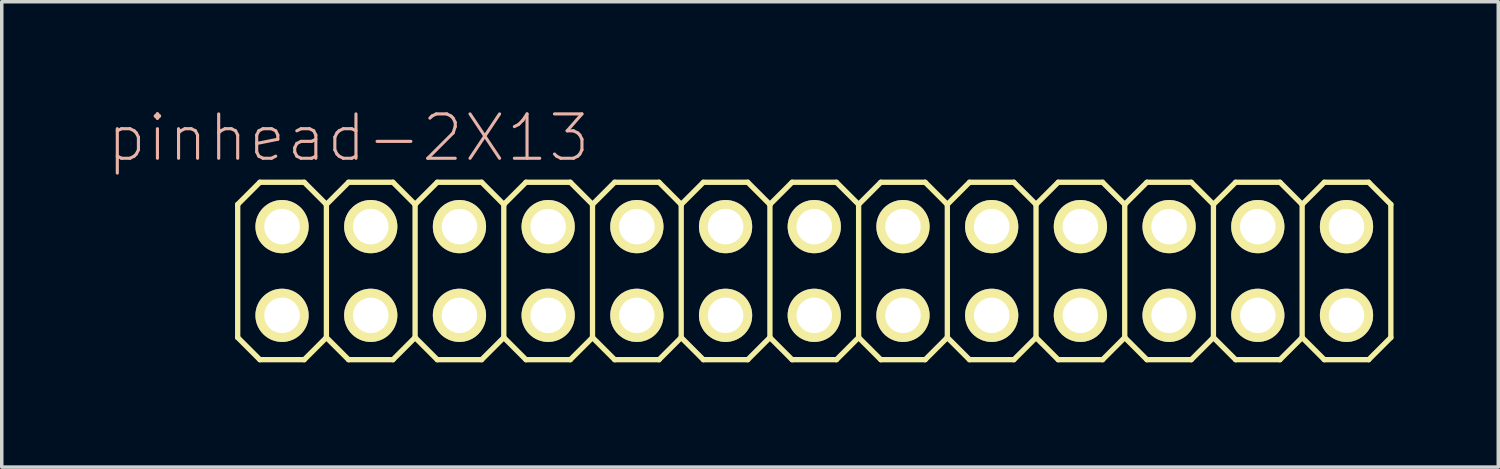
<source format=kicad_pcb>
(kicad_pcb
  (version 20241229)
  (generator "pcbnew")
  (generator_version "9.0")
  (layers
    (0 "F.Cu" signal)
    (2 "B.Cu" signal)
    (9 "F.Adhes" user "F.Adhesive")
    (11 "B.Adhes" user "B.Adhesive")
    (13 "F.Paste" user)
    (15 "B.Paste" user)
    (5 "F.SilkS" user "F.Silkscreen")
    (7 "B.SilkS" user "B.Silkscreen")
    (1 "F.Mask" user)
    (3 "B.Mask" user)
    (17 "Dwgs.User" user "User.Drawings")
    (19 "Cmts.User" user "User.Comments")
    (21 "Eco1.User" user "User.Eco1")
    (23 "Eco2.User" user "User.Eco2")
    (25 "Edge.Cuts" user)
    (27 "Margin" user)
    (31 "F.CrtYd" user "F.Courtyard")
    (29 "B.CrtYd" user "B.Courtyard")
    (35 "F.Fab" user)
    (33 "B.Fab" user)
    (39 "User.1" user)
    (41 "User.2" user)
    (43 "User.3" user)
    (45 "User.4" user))
  (footprint "pinhead-2X13"
    (layer "F.Cu")
    (at 20.266 4.709)
    (property "Reference" "pinhead-2X13" (at -13.335 -3.81 0) (layer "B.SilkS") (effects (font (size 1.27 1.27) (thickness 0.089))))
    (attr exclude_from_pos_files exclude_from_bom)
    (fp_line (start -16.51 -1.905) (end -15.875 -2.54) (stroke (width 0.152) (type solid)) (layer "F.SilkS"))
    (fp_line (start -16.51 1.905) (end -16.51 -1.905) (stroke (width 0.152) (type solid)) (layer "F.SilkS"))
    (fp_line (start -16.51 1.905) (end -15.875 2.54) (stroke (width 0.152) (type solid)) (layer "F.SilkS"))
    (fp_line (start -15.875 -2.54) (end -14.605 -2.54) (stroke (width 0.152) (type solid)) (layer "F.SilkS"))
    (fp_line (start -15.875 2.54) (end -14.605 2.54) (stroke (width 0.152) (type solid)) (layer "F.SilkS"))
    (fp_line (start -15.494 -1.524) (end -14.986 -1.524) (stroke (width 0.066) (type solid)) (layer "F.SilkS"))
    (fp_line (start -15.494 -1.016) (end -15.494 -1.524) (stroke (width 0.066) (type solid)) (layer "F.SilkS"))
    (fp_line (start -15.494 -1.016) (end -14.986 -1.016) (stroke (width 0.066) (type solid)) (layer "F.SilkS"))
    (fp_line (start -15.494 1.016) (end -14.986 1.016) (stroke (width 0.066) (type solid)) (layer "F.SilkS"))
    (fp_line (start -15.494 1.524) (end -15.494 1.016) (stroke (width 0.066) (type solid)) (layer "F.SilkS"))
    (fp_line (start -15.494 1.524) (end -14.986 1.524) (stroke (width 0.066) (type solid)) (layer "F.SilkS"))
    (fp_line (start -14.986 -1.016) (end -14.986 -1.524) (stroke (width 0.066) (type solid)) (layer "F.SilkS"))
    (fp_line (start -14.986 1.524) (end -14.986 1.016) (stroke (width 0.066) (type solid)) (layer "F.SilkS"))
    (fp_line (start -14.605 -2.54) (end -13.97 -1.905) (stroke (width 0.152) (type solid)) (layer "F.SilkS"))
    (fp_line (start -14.605 2.54) (end -13.97 1.905) (stroke (width 0.152) (type solid)) (layer "F.SilkS"))
    (fp_line (start -13.97 -1.905) (end -13.97 1.905) (stroke (width 0.152) (type solid)) (layer "F.SilkS"))
    (fp_line (start -13.97 -1.905) (end -13.335 -2.54) (stroke (width 0.152) (type solid)) (layer "F.SilkS"))
    (fp_line (start -13.97 1.905) (end -13.335 2.54) (stroke (width 0.152) (type solid)) (layer "F.SilkS"))
    (fp_line (start -13.335 -2.54) (end -12.065 -2.54) (stroke (width 0.152) (type solid)) (layer "F.SilkS"))
    (fp_line (start -13.335 2.54) (end -12.065 2.54) (stroke (width 0.152) (type solid)) (layer "F.SilkS"))
    (fp_line (start -12.954 -1.524) (end -12.446 -1.524) (stroke (width 0.066) (type solid)) (layer "F.SilkS"))
    (fp_line (start -12.954 -1.016) (end -12.954 -1.524) (stroke (width 0.066) (type solid)) (layer "F.SilkS"))
    (fp_line (start -12.954 -1.016) (end -12.446 -1.016) (stroke (width 0.066) (type solid)) (layer "F.SilkS"))
    (fp_line (start -12.954 1.016) (end -12.446 1.016) (stroke (width 0.066) (type solid)) (layer "F.SilkS"))
    (fp_line (start -12.954 1.524) (end -12.954 1.016) (stroke (width 0.066) (type solid)) (layer "F.SilkS"))
    (fp_line (start -12.954 1.524) (end -12.446 1.524) (stroke (width 0.066) (type solid)) (layer "F.SilkS"))
    (fp_line (start -12.446 -1.016) (end -12.446 -1.524) (stroke (width 0.066) (type solid)) (layer "F.SilkS"))
    (fp_line (start -12.446 1.524) (end -12.446 1.016) (stroke (width 0.066) (type solid)) (layer "F.SilkS"))
    (fp_line (start -12.065 -2.54) (end -11.43 -1.905) (stroke (width 0.152) (type solid)) (layer "F.SilkS"))
    (fp_line (start -12.065 2.54) (end -11.43 1.905) (stroke (width 0.152) (type solid)) (layer "F.SilkS"))
    (fp_line (start -11.43 -1.905) (end -11.43 1.905) (stroke (width 0.152) (type solid)) (layer "F.SilkS"))
    (fp_line (start -11.43 -1.905) (end -10.795 -2.54) (stroke (width 0.152) (type solid)) (layer "F.SilkS"))
    (fp_line (start -11.43 1.905) (end -10.795 2.54) (stroke (width 0.152) (type solid)) (layer "F.SilkS"))
    (fp_line (start -10.795 -2.54) (end -9.525 -2.54) (stroke (width 0.152) (type solid)) (layer "F.SilkS"))
    (fp_line (start -10.795 2.54) (end -9.525 2.54) (stroke (width 0.152) (type solid)) (layer "F.SilkS"))
    (fp_line (start -10.414 -1.524) (end -9.906 -1.524) (stroke (width 0.066) (type solid)) (layer "F.SilkS"))
    (fp_line (start -10.414 -1.016) (end -10.414 -1.524) (stroke (width 0.066) (type solid)) (layer "F.SilkS"))
    (fp_line (start -10.414 -1.016) (end -9.906 -1.016) (stroke (width 0.066) (type solid)) (layer "F.SilkS"))
    (fp_line (start -10.414 1.016) (end -9.906 1.016) (stroke (width 0.066) (type solid)) (layer "F.SilkS"))
    (fp_line (start -10.414 1.524) (end -10.414 1.016) (stroke (width 0.066) (type solid)) (layer "F.SilkS"))
    (fp_line (start -10.414 1.524) (end -9.906 1.524) (stroke (width 0.066) (type solid)) (layer "F.SilkS"))
    (fp_line (start -9.906 -1.016) (end -9.906 -1.524) (stroke (width 0.066) (type solid)) (layer "F.SilkS"))
    (fp_line (start -9.906 1.524) (end -9.906 1.016) (stroke (width 0.066) (type solid)) (layer "F.SilkS"))
    (fp_line (start -9.525 -2.54) (end -8.89 -1.905) (stroke (width 0.152) (type solid)) (layer "F.SilkS"))
    (fp_line (start -9.525 2.54) (end -8.89 1.905) (stroke (width 0.152) (type solid)) (layer "F.SilkS"))
    (fp_line (start -8.89 -1.905) (end -8.89 1.905) (stroke (width 0.152) (type solid)) (layer "F.SilkS"))
    (fp_line (start -8.89 -1.905) (end -8.255 -2.54) (stroke (width 0.152) (type solid)) (layer "F.SilkS"))
    (fp_line (start -8.89 1.905) (end -8.255 2.54) (stroke (width 0.152) (type solid)) (layer "F.SilkS"))
    (fp_line (start -8.255 -2.54) (end -6.985 -2.54) (stroke (width 0.152) (type solid)) (layer "F.SilkS"))
    (fp_line (start -8.255 2.54) (end -6.985 2.54) (stroke (width 0.152) (type solid)) (layer "F.SilkS"))
    (fp_line (start -7.874 -1.524) (end -7.366 -1.524) (stroke (width 0.066) (type solid)) (layer "F.SilkS"))
    (fp_line (start -7.874 -1.016) (end -7.874 -1.524) (stroke (width 0.066) (type solid)) (layer "F.SilkS"))
    (fp_line (start -7.874 -1.016) (end -7.366 -1.016) (stroke (width 0.066) (type solid)) (layer "F.SilkS"))
    (fp_line (start -7.874 1.016) (end -7.366 1.016) (stroke (width 0.066) (type solid)) (layer "F.SilkS"))
    (fp_line (start -7.874 1.524) (end -7.874 1.016) (stroke (width 0.066) (type solid)) (layer "F.SilkS"))
    (fp_line (start -7.874 1.524) (end -7.366 1.524) (stroke (width 0.066) (type solid)) (layer "F.SilkS"))
    (fp_line (start -7.366 -1.016) (end -7.366 -1.524) (stroke (width 0.066) (type solid)) (layer "F.SilkS"))
    (fp_line (start -7.366 1.524) (end -7.366 1.016) (stroke (width 0.066) (type solid)) (layer "F.SilkS"))
    (fp_line (start -6.985 -2.54) (end -6.35 -1.905) (stroke (width 0.152) (type solid)) (layer "F.SilkS"))
    (fp_line (start -6.985 2.54) (end -6.35 1.905) (stroke (width 0.152) (type solid)) (layer "F.SilkS"))
    (fp_line (start -6.35 -1.905) (end -6.35 1.905) (stroke (width 0.152) (type solid)) (layer "F.SilkS"))
    (fp_line (start -6.35 -1.905) (end -5.715 -2.54) (stroke (width 0.152) (type solid)) (layer "F.SilkS"))
    (fp_line (start -6.35 1.905) (end -5.715 2.54) (stroke (width 0.152) (type solid)) (layer "F.SilkS"))
    (fp_line (start -5.715 -2.54) (end -4.445 -2.54) (stroke (width 0.152) (type solid)) (layer "F.SilkS"))
    (fp_line (start -5.715 2.54) (end -4.445 2.54) (stroke (width 0.152) (type solid)) (layer "F.SilkS"))
    (fp_line (start -5.334 -1.524) (end -4.826 -1.524) (stroke (width 0.066) (type solid)) (layer "F.SilkS"))
    (fp_line (start -5.334 -1.016) (end -5.334 -1.524) (stroke (width 0.066) (type solid)) (layer "F.SilkS"))
    (fp_line (start -5.334 -1.016) (end -4.826 -1.016) (stroke (width 0.066) (type solid)) (layer "F.SilkS"))
    (fp_line (start -5.334 1.016) (end -4.826 1.016) (stroke (width 0.066) (type solid)) (layer "F.SilkS"))
    (fp_line (start -5.334 1.524) (end -5.334 1.016) (stroke (width 0.066) (type solid)) (layer "F.SilkS"))
    (fp_line (start -5.334 1.524) (end -4.826 1.524) (stroke (width 0.066) (type solid)) (layer "F.SilkS"))
    (fp_line (start -4.826 -1.016) (end -4.826 -1.524) (stroke (width 0.066) (type solid)) (layer "F.SilkS"))
    (fp_line (start -4.826 1.524) (end -4.826 1.016) (stroke (width 0.066) (type solid)) (layer "F.SilkS"))
    (fp_line (start -4.445 -2.54) (end -3.81 -1.905) (stroke (width 0.152) (type solid)) (layer "F.SilkS"))
    (fp_line (start -4.445 2.54) (end -3.81 1.905) (stroke (width 0.152) (type solid)) (layer "F.SilkS"))
    (fp_line (start -3.81 -1.905) (end -3.81 1.905) (stroke (width 0.152) (type solid)) (layer "F.SilkS"))
    (fp_line (start -3.81 -1.905) (end -3.175 -2.54) (stroke (width 0.152) (type solid)) (layer "F.SilkS"))
    (fp_line (start -3.81 1.905) (end -3.175 2.54) (stroke (width 0.152) (type solid)) (layer "F.SilkS"))
    (fp_line (start -3.175 -2.54) (end -1.905 -2.54) (stroke (width 0.152) (type solid)) (layer "F.SilkS"))
    (fp_line (start -3.175 2.54) (end -1.905 2.54) (stroke (width 0.152) (type solid)) (layer "F.SilkS"))
    (fp_line (start -2.794 -1.524) (end -2.286 -1.524) (stroke (width 0.066) (type solid)) (layer "F.SilkS"))
    (fp_line (start -2.794 -1.016) (end -2.794 -1.524) (stroke (width 0.066) (type solid)) (layer "F.SilkS"))
    (fp_line (start -2.794 -1.016) (end -2.286 -1.016) (stroke (width 0.066) (type solid)) (layer "F.SilkS"))
    (fp_line (start -2.794 1.016) (end -2.286 1.016) (stroke (width 0.066) (type solid)) (layer "F.SilkS"))
    (fp_line (start -2.794 1.524) (end -2.794 1.016) (stroke (width 0.066) (type solid)) (layer "F.SilkS"))
    (fp_line (start -2.794 1.524) (end -2.286 1.524) (stroke (width 0.066) (type solid)) (layer "F.SilkS"))
    (fp_line (start -2.286 -1.016) (end -2.286 -1.524) (stroke (width 0.066) (type solid)) (layer "F.SilkS"))
    (fp_line (start -2.286 1.524) (end -2.286 1.016) (stroke (width 0.066) (type solid)) (layer "F.SilkS"))
    (fp_line (start -1.905 -2.54) (end -1.27 -1.905) (stroke (width 0.152) (type solid)) (layer "F.SilkS"))
    (fp_line (start -1.905 2.54) (end -1.27 1.905) (stroke (width 0.152) (type solid)) (layer "F.SilkS"))
    (fp_line (start -1.27 -1.905) (end -1.27 1.905) (stroke (width 0.152) (type solid)) (layer "F.SilkS"))
    (fp_line (start -1.27 -1.905) (end -0.635 -2.54) (stroke (width 0.152) (type solid)) (layer "F.SilkS"))
    (fp_line (start -1.27 1.905) (end -0.635 2.54) (stroke (width 0.152) (type solid)) (layer "F.SilkS"))
    (fp_line (start -0.635 -2.54) (end 0.635 -2.54) (stroke (width 0.152) (type solid)) (layer "F.SilkS"))
    (fp_line (start -0.254 -1.524) (end 0.254 -1.524) (stroke (width 0.066) (type solid)) (layer "F.SilkS"))
    (fp_line (start -0.254 -1.016) (end -0.254 -1.524) (stroke (width 0.066) (type solid)) (layer "F.SilkS"))
    (fp_line (start -0.254 -1.016) (end 0.254 -1.016) (stroke (width 0.066) (type solid)) (layer "F.SilkS"))
    (fp_line (start -0.254 1.016) (end 0.254 1.016) (stroke (width 0.066) (type solid)) (layer "F.SilkS"))
    (fp_line (start -0.254 1.524) (end -0.254 1.016) (stroke (width 0.066) (type solid)) (layer "F.SilkS"))
    (fp_line (start -0.254 1.524) (end 0.254 1.524) (stroke (width 0.066) (type solid)) (layer "F.SilkS"))
    (fp_line (start 0.254 -1.016) (end 0.254 -1.524) (stroke (width 0.066) (type solid)) (layer "F.SilkS"))
    (fp_line (start 0.254 1.524) (end 0.254 1.016) (stroke (width 0.066) (type solid)) (layer "F.SilkS"))
    (fp_line (start 0.635 -2.54) (end 1.27 -1.905) (stroke (width 0.152) (type solid)) (layer "F.SilkS"))
    (fp_line (start 0.635 2.54) (end -0.635 2.54) (stroke (width 0.152) (type solid)) (layer "F.SilkS"))
    (fp_line (start 1.27 -1.905) (end 1.27 1.905) (stroke (width 0.152) (type solid)) (layer "F.SilkS"))
    (fp_line (start 1.27 -1.905) (end 1.905 -2.54) (stroke (width 0.152) (type solid)) (layer "F.SilkS"))
    (fp_line (start 1.27 1.905) (end 0.635 2.54) (stroke (width 0.152) (type solid)) (layer "F.SilkS"))
    (fp_line (start 1.27 1.905) (end 1.905 2.54) (stroke (width 0.152) (type solid)) (layer "F.SilkS"))
    (fp_line (start 1.905 -2.54) (end 3.175 -2.54) (stroke (width 0.152) (type solid)) (layer "F.SilkS"))
    (fp_line (start 2.286 -1.524) (end 2.794 -1.524) (stroke (width 0.066) (type solid)) (layer "F.SilkS"))
    (fp_line (start 2.286 -1.016) (end 2.286 -1.524) (stroke (width 0.066) (type solid)) (layer "F.SilkS"))
    (fp_line (start 2.286 -1.016) (end 2.794 -1.016) (stroke (width 0.066) (type solid)) (layer "F.SilkS"))
    (fp_line (start 2.286 1.016) (end 2.794 1.016) (stroke (width 0.066) (type solid)) (layer "F.SilkS"))
    (fp_line (start 2.286 1.524) (end 2.286 1.016) (stroke (width 0.066) (type solid)) (layer "F.SilkS"))
    (fp_line (start 2.286 1.524) (end 2.794 1.524) (stroke (width 0.066) (type solid)) (layer "F.SilkS"))
    (fp_line (start 2.794 -1.016) (end 2.794 -1.524) (stroke (width 0.066) (type solid)) (layer "F.SilkS"))
    (fp_line (start 2.794 1.524) (end 2.794 1.016) (stroke (width 0.066) (type solid)) (layer "F.SilkS"))
    (fp_line (start 3.175 -2.54) (end 3.81 -1.905) (stroke (width 0.152) (type solid)) (layer "F.SilkS"))
    (fp_line (start 3.175 2.54) (end 1.905 2.54) (stroke (width 0.152) (type solid)) (layer "F.SilkS"))
    (fp_line (start 3.81 -1.905) (end 3.81 1.905) (stroke (width 0.152) (type solid)) (layer "F.SilkS"))
    (fp_line (start 3.81 -1.905) (end 4.445 -2.54) (stroke (width 0.152) (type solid)) (layer "F.SilkS"))
    (fp_line (start 3.81 1.905) (end 3.175 2.54) (stroke (width 0.152) (type solid)) (layer "F.SilkS"))
    (fp_line (start 3.81 1.905) (end 4.445 2.54) (stroke (width 0.152) (type solid)) (layer "F.SilkS"))
    (fp_line (start 4.445 -2.54) (end 5.715 -2.54) (stroke (width 0.152) (type solid)) (layer "F.SilkS"))
    (fp_line (start 4.826 -1.524) (end 5.334 -1.524) (stroke (width 0.066) (type solid)) (layer "F.SilkS"))
    (fp_line (start 4.826 -1.016) (end 4.826 -1.524) (stroke (width 0.066) (type solid)) (layer "F.SilkS"))
    (fp_line (start 4.826 -1.016) (end 5.334 -1.016) (stroke (width 0.066) (type solid)) (layer "F.SilkS"))
    (fp_line (start 4.826 1.016) (end 5.334 1.016) (stroke (width 0.066) (type solid)) (layer "F.SilkS"))
    (fp_line (start 4.826 1.524) (end 4.826 1.016) (stroke (width 0.066) (type solid)) (layer "F.SilkS"))
    (fp_line (start 4.826 1.524) (end 5.334 1.524) (stroke (width 0.066) (type solid)) (layer "F.SilkS"))
    (fp_line (start 5.334 -1.016) (end 5.334 -1.524) (stroke (width 0.066) (type solid)) (layer "F.SilkS"))
    (fp_line (start 5.334 1.524) (end 5.334 1.016) (stroke (width 0.066) (type solid)) (layer "F.SilkS"))
    (fp_line (start 5.715 -2.54) (end 6.35 -1.905) (stroke (width 0.152) (type solid)) (layer "F.SilkS"))
    (fp_line (start 5.715 2.54) (end 4.445 2.54) (stroke (width 0.152) (type solid)) (layer "F.SilkS"))
    (fp_line (start 6.35 -1.905) (end 6.35 1.905) (stroke (width 0.152) (type solid)) (layer "F.SilkS"))
    (fp_line (start 6.35 -1.905) (end 6.985 -2.54) (stroke (width 0.152) (type solid)) (layer "F.SilkS"))
    (fp_line (start 6.35 1.905) (end 5.715 2.54) (stroke (width 0.152) (type solid)) (layer "F.SilkS"))
    (fp_line (start 6.35 1.905) (end 6.985 2.54) (stroke (width 0.152) (type solid)) (layer "F.SilkS"))
    (fp_line (start 6.985 -2.54) (end 8.255 -2.54) (stroke (width 0.152) (type solid)) (layer "F.SilkS"))
    (fp_line (start 7.366 -1.524) (end 7.874 -1.524) (stroke (width 0.066) (type solid)) (layer "F.SilkS"))
    (fp_line (start 7.366 -1.016) (end 7.366 -1.524) (stroke (width 0.066) (type solid)) (layer "F.SilkS"))
    (fp_line (start 7.366 -1.016) (end 7.874 -1.016) (stroke (width 0.066) (type solid)) (layer "F.SilkS"))
    (fp_line (start 7.366 1.016) (end 7.874 1.016) (stroke (width 0.066) (type solid)) (layer "F.SilkS"))
    (fp_line (start 7.366 1.524) (end 7.366 1.016) (stroke (width 0.066) (type solid)) (layer "F.SilkS"))
    (fp_line (start 7.366 1.524) (end 7.874 1.524) (stroke (width 0.066) (type solid)) (layer "F.SilkS"))
    (fp_line (start 7.874 -1.016) (end 7.874 -1.524) (stroke (width 0.066) (type solid)) (layer "F.SilkS"))
    (fp_line (start 7.874 1.524) (end 7.874 1.016) (stroke (width 0.066) (type solid)) (layer "F.SilkS"))
    (fp_line (start 8.255 -2.54) (end 8.89 -1.905) (stroke (width 0.152) (type solid)) (layer "F.SilkS"))
    (fp_line (start 8.255 2.54) (end 6.985 2.54) (stroke (width 0.152) (type solid)) (layer "F.SilkS"))
    (fp_line (start 8.89 -1.905) (end 8.89 1.905) (stroke (width 0.152) (type solid)) (layer "F.SilkS"))
    (fp_line (start 8.89 -1.905) (end 9.525 -2.54) (stroke (width 0.152) (type solid)) (layer "F.SilkS"))
    (fp_line (start 8.89 1.905) (end 8.255 2.54) (stroke (width 0.152) (type solid)) (layer "F.SilkS"))
    (fp_line (start 8.89 1.905) (end 9.525 2.54) (stroke (width 0.152) (type solid)) (layer "F.SilkS"))
    (fp_line (start 9.525 -2.54) (end 10.795 -2.54) (stroke (width 0.152) (type solid)) (layer "F.SilkS"))
    (fp_line (start 9.906 -1.524) (end 10.414 -1.524) (stroke (width 0.066) (type solid)) (layer "F.SilkS"))
    (fp_line (start 9.906 -1.016) (end 9.906 -1.524) (stroke (width 0.066) (type solid)) (layer "F.SilkS"))
    (fp_line (start 9.906 -1.016) (end 10.414 -1.016) (stroke (width 0.066) (type solid)) (layer "F.SilkS"))
    (fp_line (start 9.906 1.016) (end 10.414 1.016) (stroke (width 0.066) (type solid)) (layer "F.SilkS"))
    (fp_line (start 9.906 1.524) (end 9.906 1.016) (stroke (width 0.066) (type solid)) (layer "F.SilkS"))
    (fp_line (start 9.906 1.524) (end 10.414 1.524) (stroke (width 0.066) (type solid)) (layer "F.SilkS"))
    (fp_line (start 10.414 -1.016) (end 10.414 -1.524) (stroke (width 0.066) (type solid)) (layer "F.SilkS"))
    (fp_line (start 10.414 1.524) (end 10.414 1.016) (stroke (width 0.066) (type solid)) (layer "F.SilkS"))
    (fp_line (start 10.795 -2.54) (end 11.43 -1.905) (stroke (width 0.152) (type solid)) (layer "F.SilkS"))
    (fp_line (start 10.795 2.54) (end 9.525 2.54) (stroke (width 0.152) (type solid)) (layer "F.SilkS"))
    (fp_line (start 11.43 -1.905) (end 11.43 1.905) (stroke (width 0.152) (type solid)) (layer "F.SilkS"))
    (fp_line (start 11.43 -1.905) (end 12.065 -2.54) (stroke (width 0.152) (type solid)) (layer "F.SilkS"))
    (fp_line (start 11.43 1.905) (end 10.795 2.54) (stroke (width 0.152) (type solid)) (layer "F.SilkS"))
    (fp_line (start 11.43 1.905) (end 12.065 2.54) (stroke (width 0.152) (type solid)) (layer "F.SilkS"))
    (fp_line (start 12.065 -2.54) (end 13.335 -2.54) (stroke (width 0.152) (type solid)) (layer "F.SilkS"))
    (fp_line (start 12.446 -1.524) (end 12.954 -1.524) (stroke (width 0.066) (type solid)) (layer "F.SilkS"))
    (fp_line (start 12.446 -1.016) (end 12.446 -1.524) (stroke (width 0.066) (type solid)) (layer "F.SilkS"))
    (fp_line (start 12.446 -1.016) (end 12.954 -1.016) (stroke (width 0.066) (type solid)) (layer "F.SilkS"))
    (fp_line (start 12.446 1.016) (end 12.954 1.016) (stroke (width 0.066) (type solid)) (layer "F.SilkS"))
    (fp_line (start 12.446 1.524) (end 12.446 1.016) (stroke (width 0.066) (type solid)) (layer "F.SilkS"))
    (fp_line (start 12.446 1.524) (end 12.954 1.524) (stroke (width 0.066) (type solid)) (layer "F.SilkS"))
    (fp_line (start 12.954 -1.016) (end 12.954 -1.524) (stroke (width 0.066) (type solid)) (layer "F.SilkS"))
    (fp_line (start 12.954 1.524) (end 12.954 1.016) (stroke (width 0.066) (type solid)) (layer "F.SilkS"))
    (fp_line (start 13.335 2.54) (end 12.065 2.54) (stroke (width 0.152) (type solid)) (layer "F.SilkS"))
    (fp_line (start 13.97 -1.905) (end 13.335 -2.54) (stroke (width 0.152) (type solid)) (layer "F.SilkS"))
    (fp_line (start 13.97 -1.905) (end 13.97 1.905) (stroke (width 0.152) (type solid)) (layer "F.SilkS"))
    (fp_line (start 13.97 -1.905) (end 14.605 -2.54) (stroke (width 0.152) (type solid)) (layer "F.SilkS"))
    (fp_line (start 13.97 1.905) (end 13.335 2.54) (stroke (width 0.152) (type solid)) (layer "F.SilkS"))
    (fp_line (start 13.97 1.905) (end 14.605 2.54) (stroke (width 0.152) (type solid)) (layer "F.SilkS"))
    (fp_line (start 14.605 -2.54) (end 15.875 -2.54) (stroke (width 0.152) (type solid)) (layer "F.SilkS"))
    (fp_line (start 14.986 -1.524) (end 15.494 -1.524) (stroke (width 0.066) (type solid)) (layer "F.SilkS"))
    (fp_line (start 14.986 -1.016) (end 14.986 -1.524) (stroke (width 0.066) (type solid)) (layer "F.SilkS"))
    (fp_line (start 14.986 -1.016) (end 15.494 -1.016) (stroke (width 0.066) (type solid)) (layer "F.SilkS"))
    (fp_line (start 14.986 1.016) (end 15.494 1.016) (stroke (width 0.066) (type solid)) (layer "F.SilkS"))
    (fp_line (start 14.986 1.524) (end 14.986 1.016) (stroke (width 0.066) (type solid)) (layer "F.SilkS"))
    (fp_line (start 14.986 1.524) (end 15.494 1.524) (stroke (width 0.066) (type solid)) (layer "F.SilkS"))
    (fp_line (start 15.494 -1.016) (end 15.494 -1.524) (stroke (width 0.066) (type solid)) (layer "F.SilkS"))
    (fp_line (start 15.494 1.524) (end 15.494 1.016) (stroke (width 0.066) (type solid)) (layer "F.SilkS"))
    (fp_line (start 15.875 2.54) (end 14.605 2.54) (stroke (width 0.152) (type solid)) (layer "F.SilkS"))
    (fp_line (start 16.51 -1.905) (end 15.875 -2.54) (stroke (width 0.152) (type solid)) (layer "F.SilkS"))
    (fp_line (start 16.51 -1.905) (end 16.51 1.905) (stroke (width 0.152) (type solid)) (layer "F.SilkS"))
    (fp_line (start 16.51 1.905) (end 15.875 2.54) (stroke (width 0.152) (type solid)) (layer "F.SilkS"))
    (pad "1" thru_hole circle (at -15.24 1.27) (size 1.524 1.524) (drill 1.016) (layers "*.Cu" "F.Mask" "F.SilkS" "F.Paste"))
    (pad "2" thru_hole circle (at -15.24 -1.27) (size 1.524 1.524) (drill 1.016) (layers "*.Cu" "F.Mask" "F.SilkS" "F.Paste"))
    (pad "3" thru_hole circle (at -12.7 1.27) (size 1.524 1.524) (drill 1.016) (layers "*.Cu" "F.Mask" "F.SilkS" "F.Paste"))
    (pad "4" thru_hole circle (at -12.7 -1.27) (size 1.524 1.524) (drill 1.016) (layers "*.Cu" "F.Mask" "F.SilkS" "F.Paste"))
    (pad "5" thru_hole circle (at -10.16 1.27) (size 1.524 1.524) (drill 1.016) (layers "*.Cu" "F.Mask" "F.SilkS" "F.Paste"))
    (pad "6" thru_hole circle (at -10.16 -1.27) (size 1.524 1.524) (drill 1.016) (layers "*.Cu" "F.Mask" "F.SilkS" "F.Paste"))
    (pad "7" thru_hole circle (at -7.62 1.27) (size 1.524 1.524) (drill 1.016) (layers "*.Cu" "F.Mask" "F.SilkS" "F.Paste"))
    (pad "8" thru_hole circle (at -7.62 -1.27) (size 1.524 1.524) (drill 1.016) (layers "*.Cu" "F.Mask" "F.SilkS" "F.Paste"))
    (pad "9" thru_hole circle (at -5.08 1.27) (size 1.524 1.524) (drill 1.016) (layers "*.Cu" "F.Mask" "F.SilkS" "F.Paste"))
    (pad "10" thru_hole circle (at -5.08 -1.27) (size 1.524 1.524) (drill 1.016) (layers "*.Cu" "F.Mask" "F.SilkS" "F.Paste"))
    (pad "11" thru_hole circle (at -2.54 1.27) (size 1.524 1.524) (drill 1.016) (layers "*.Cu" "F.Mask" "F.SilkS" "F.Paste"))
    (pad "12" thru_hole circle (at -2.54 -1.27) (size 1.524 1.524) (drill 1.016) (layers "*.Cu" "F.Mask" "F.SilkS" "F.Paste"))
    (pad "13" thru_hole circle (at 0 1.27) (size 1.524 1.524) (drill 1.016) (layers "*.Cu" "F.Mask" "F.SilkS" "F.Paste"))
    (pad "14" thru_hole circle (at 0 -1.27) (size 1.524 1.524) (drill 1.016) (layers "*.Cu" "F.Mask" "F.SilkS" "F.Paste"))
    (pad "15" thru_hole circle (at 2.54 1.27) (size 1.524 1.524) (drill 1.016) (layers "*.Cu" "F.Mask" "F.SilkS" "F.Paste"))
    (pad "16" thru_hole circle (at 2.54 -1.27) (size 1.524 1.524) (drill 1.016) (layers "*.Cu" "F.Mask" "F.SilkS" "F.Paste"))
    (pad "17" thru_hole circle (at 5.08 1.27) (size 1.524 1.524) (drill 1.016) (layers "*.Cu" "F.Mask" "F.SilkS" "F.Paste"))
    (pad "18" thru_hole circle (at 5.08 -1.27) (size 1.524 1.524) (drill 1.016) (layers "*.Cu" "F.Mask" "F.SilkS" "F.Paste"))
    (pad "19" thru_hole circle (at 7.62 1.27) (size 1.524 1.524) (drill 1.016) (layers "*.Cu" "F.Mask" "F.SilkS" "F.Paste"))
    (pad "20" thru_hole circle (at 7.62 -1.27) (size 1.524 1.524) (drill 1.016) (layers "*.Cu" "F.Mask" "F.SilkS" "F.Paste"))
    (pad "21" thru_hole circle (at 10.16 1.27) (size 1.524 1.524) (drill 1.016) (layers "*.Cu" "F.Mask" "F.SilkS" "F.Paste"))
    (pad "22" thru_hole circle (at 10.16 -1.27) (size 1.524 1.524) (drill 1.016) (layers "*.Cu" "F.Mask" "F.SilkS" "F.Paste"))
    (pad "23" thru_hole circle (at 12.7 1.27) (size 1.524 1.524) (drill 1.016) (layers "*.Cu" "F.Mask" "F.SilkS" "F.Paste"))
    (pad "24" thru_hole circle (at 12.7 -1.27) (size 1.524 1.524) (drill 1.016) (layers "*.Cu" "F.Mask" "F.SilkS" "F.Paste"))
    (pad "25" thru_hole circle (at 15.24 1.27) (size 1.524 1.524) (drill 1.016) (layers "*.Cu" "F.Mask" "F.SilkS" "F.Paste"))
    (pad "26" thru_hole circle (at 15.24 -1.27) (size 1.524 1.524) (drill 1.016) (layers "*.Cu" "F.Mask" "F.SilkS" "F.Paste")))
  (gr_rect
    (start -3 -3)
    (end 39.852 10.325)
    (stroke (width 0.1) (type default))
    (fill no)
    (layer "Edge.Cuts")))
</source>
